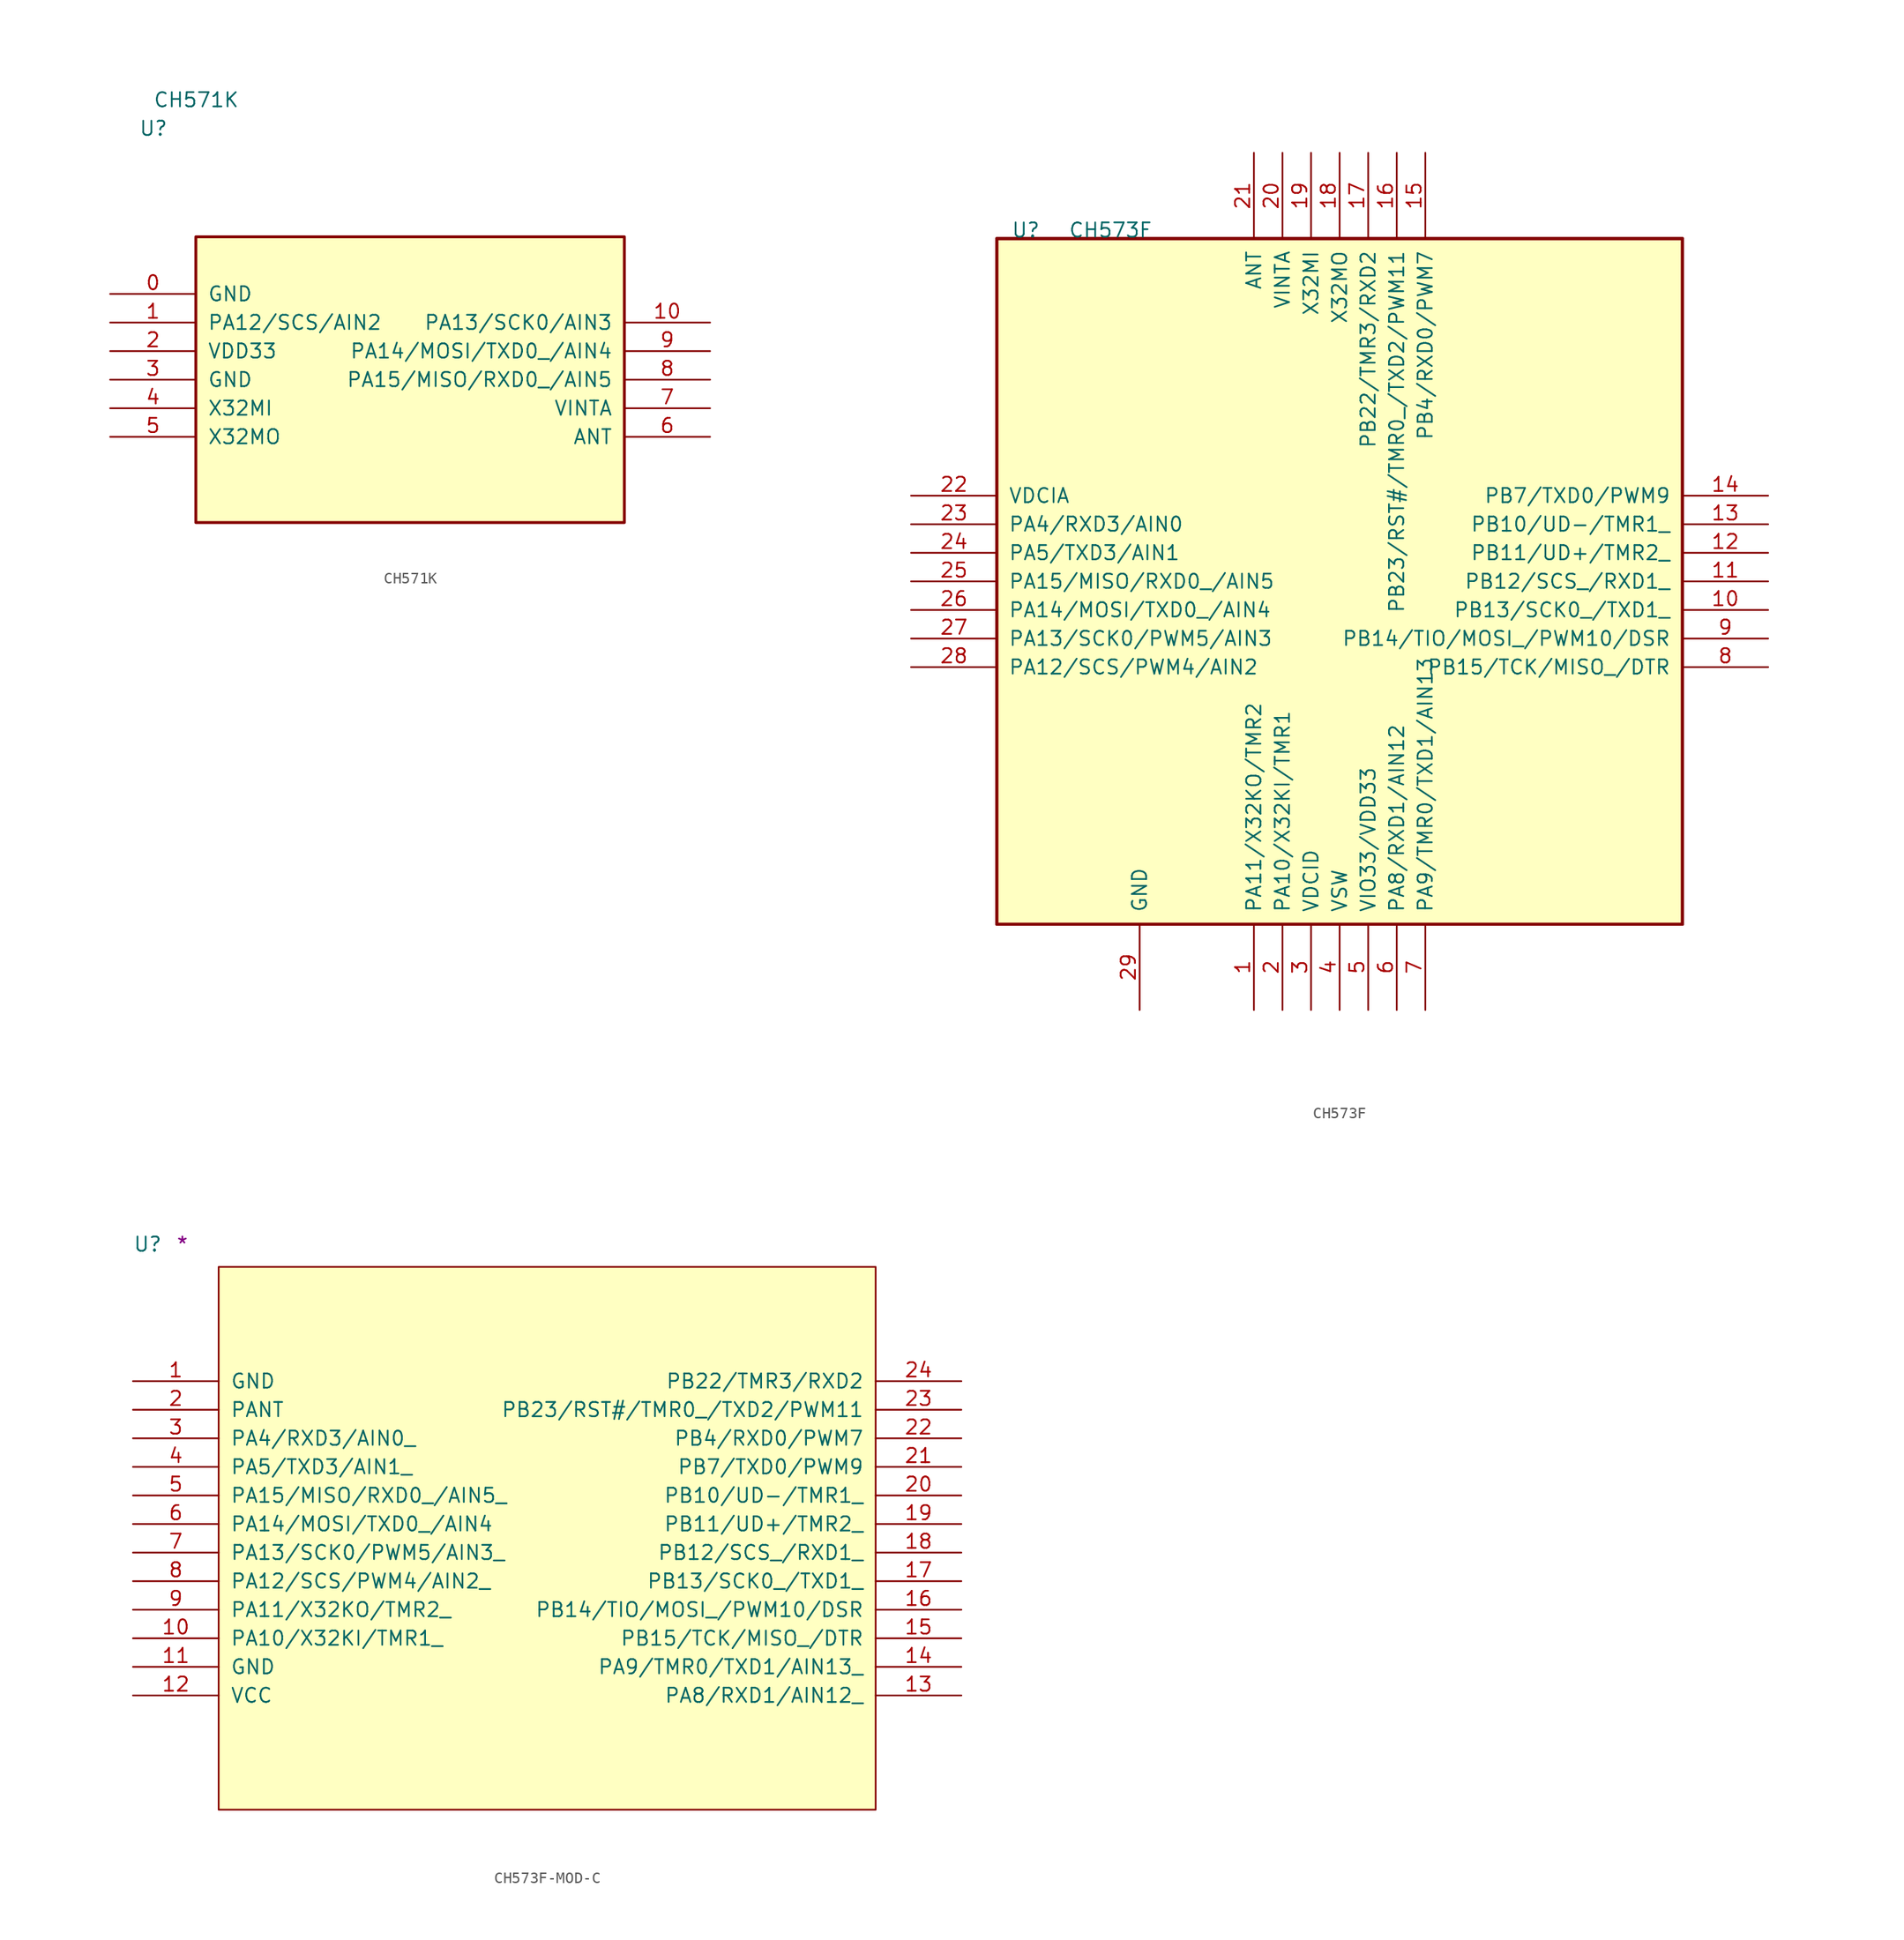
<source format=kicad_sym>
(kicad_symbol_lib
  (version 20211014)
  (generator kicad_symbol_editor)
  (symbol "CH571K"
    (pin_names
      (offset 1.016))
    (property "Reference" "U"
      (at -24.13 20.32 0)
      (effects (font (size 1.27 1.27)) (justify left bottom)))
    (property "Value" "CH571K"
      (at -22.86 22.86 0)
      (effects (font (size 1.27 1.27)) (justify left bottom)))
    (symbol "CH571K_1_1"
      (rectangle (start -19.05 -13.97) (end 19.05 11.43) (stroke (width 0.254) (type default) (color 0 0 0 0)) (fill (type background)))
      (pin power_in line (at -26.67 6.35 0) (length 7.62) (name "GND" (effects (font (size 1.27 1.27)))) (number "0" (effects (font (size 1.27 1.27)))))
      (pin bidirectional line (at -26.67 3.81 0) (length 7.62) (name "PA12/SCS/AIN2" (effects (font (size 1.27 1.27)))) (number "1" (effects (font (size 1.27 1.27)))))
      (pin bidirectional line (at 26.67 3.81 180) (length 7.62) (name "PA13/SCK0/AIN3" (effects (font (size 1.27 1.27)))) (number "10" (effects (font (size 1.27 1.27)))))
      (pin power_in line (at -26.67 1.27 0) (length 7.62) (name "VDD33" (effects (font (size 1.27 1.27)))) (number "2" (effects (font (size 1.27 1.27)))))
      (pin power_in line (at -26.67 -1.27 0) (length 7.62) (name "GND" (effects (font (size 1.27 1.27)))) (number "3" (effects (font (size 1.27 1.27)))))
      (pin input line (at -26.67 -3.81 0) (length 7.62) (name "X32MI" (effects (font (size 1.27 1.27)))) (number "4" (effects (font (size 1.27 1.27)))))
      (pin output line (at -26.67 -6.35 0) (length 7.62) (name "X32MO" (effects (font (size 1.27 1.27)))) (number "5" (effects (font (size 1.27 1.27)))))
      (pin bidirectional line (at 26.67 -6.35 180) (length 7.62) (name "ANT" (effects (font (size 1.27 1.27)))) (number "6" (effects (font (size 1.27 1.27)))))
      (pin power_in line (at 26.67 -3.81 180) (length 7.62) (name "VINTA" (effects (font (size 1.27 1.27)))) (number "7" (effects (font (size 1.27 1.27)))))
      (pin bidirectional line (at 26.67 -1.27 180) (length 7.62) (name "PA15/MISO/RXD0_/AIN5" (effects (font (size 1.27 1.27)))) (number "8" (effects (font (size 1.27 1.27)))))
      (pin bidirectional line (at 26.67 1.27 180) (length 7.62) (name "PA14/MOSI/TXD0_/AIN4" (effects (font (size 1.27 1.27)))) (number "9" (effects (font (size 1.27 1.27)))))))
  (symbol "CH573F"
    (pin_names
      (offset 1.016))
    (property "Reference" "U"
      (at 1.27 0 0)
      (effects (font (size 1.27 1.27)) (justify left bottom)))
    (property "Value" "CH573F"
      (at 6.35 0 0)
      (effects (font (size 1.27 1.27)) (justify left bottom)))
    (property "Comment" ""
      (at -3.81 8.89 0)
      (effects (font (size 1.27 1.27)) (justify left bottom)))
    (symbol "CH573F_1_1"
      (rectangle (start 0 -60.96) (end 60.96 0) (stroke (width 0.254) (type default) (color 0 0 0 0)) (fill (type background)))
      (rectangle (start 0 -60.96) (end 60.96 0) (stroke (width 0.254) (type default) (color 0 0 0 0)) (fill (type background)))
      (rectangle (start 0 -60.96) (end 60.96 0) (stroke (width 0.254) (type default) (color 0 0 0 0)) (fill (type background)))
      (pin bidirectional line (at 22.86 -68.58 90) (length 7.62) (name "PA11/X32KO/TMR2" (effects (font (size 1.27 1.27)))) (number "1" (effects (font (size 1.27 1.27)))))
      (pin bidirectional line (at 68.58 -33.02 180) (length 7.62) (name "PB13/SCK0_/TXD1_" (effects (font (size 1.27 1.27)))) (number "10" (effects (font (size 1.27 1.27)))))
      (pin bidirectional line (at 68.58 -30.48 180) (length 7.62) (name "PB12/SCS_/RXD1_" (effects (font (size 1.27 1.27)))) (number "11" (effects (font (size 1.27 1.27)))))
      (pin bidirectional line (at 68.58 -27.94 180) (length 7.62) (name "PB11/UD+/TMR2_" (effects (font (size 1.27 1.27)))) (number "12" (effects (font (size 1.27 1.27)))))
      (pin bidirectional line (at 68.58 -25.4 180) (length 7.62) (name "PB10/UD-/TMR1_" (effects (font (size 1.27 1.27)))) (number "13" (effects (font (size 1.27 1.27)))))
      (pin bidirectional line (at 68.58 -22.86 180) (length 7.62) (name "PB7/TXD0/PWM9" (effects (font (size 1.27 1.27)))) (number "14" (effects (font (size 1.27 1.27)))))
      (pin bidirectional line (at 38.1 7.62 270) (length 7.62) (name "PB4/RXD0/PWM7" (effects (font (size 1.27 1.27)))) (number "15" (effects (font (size 1.27 1.27)))))
      (pin bidirectional line (at 35.56 7.62 270) (length 7.62) (name "PB23/RST#/TMR0_/TXD2/PWM11" (effects (font (size 1.27 1.27)))) (number "16" (effects (font (size 1.27 1.27)))))
      (pin bidirectional line (at 33.02 7.62 270) (length 7.62) (name "PB22/TMR3/RXD2" (effects (font (size 1.27 1.27)))) (number "17" (effects (font (size 1.27 1.27)))))
      (pin bidirectional line (at 30.48 7.62 270) (length 7.62) (name "X32MO" (effects (font (size 1.27 1.27)))) (number "18" (effects (font (size 1.27 1.27)))))
      (pin bidirectional line (at 27.94 7.62 270) (length 7.62) (name "X32MI" (effects (font (size 1.27 1.27)))) (number "19" (effects (font (size 1.27 1.27)))))
      (pin bidirectional line (at 25.4 -68.58 90) (length 7.62) (name "PA10/X32KI/TMR1" (effects (font (size 1.27 1.27)))) (number "2" (effects (font (size 1.27 1.27)))))
      (pin power_in line (at 25.4 7.62 270) (length 7.62) (name "VINTA" (effects (font (size 1.27 1.27)))) (number "20" (effects (font (size 1.27 1.27)))))
      (pin bidirectional line (at 22.86 7.62 270) (length 7.62) (name "ANT" (effects (font (size 1.27 1.27)))) (number "21" (effects (font (size 1.27 1.27)))))
      (pin power_in line (at -7.62 -22.86 0) (length 7.62) (name "VDCIA" (effects (font (size 1.27 1.27)))) (number "22" (effects (font (size 1.27 1.27)))))
      (pin bidirectional line (at -7.62 -25.4 0) (length 7.62) (name "PA4/RXD3/AIN0" (effects (font (size 1.27 1.27)))) (number "23" (effects (font (size 1.27 1.27)))))
      (pin bidirectional line (at -7.62 -27.94 0) (length 7.62) (name "PA5/TXD3/AIN1" (effects (font (size 1.27 1.27)))) (number "24" (effects (font (size 1.27 1.27)))))
      (pin bidirectional line (at -7.62 -30.48 0) (length 7.62) (name "PA15/MISO/RXD0_/AIN5" (effects (font (size 1.27 1.27)))) (number "25" (effects (font (size 1.27 1.27)))))
      (pin bidirectional line (at -7.62 -33.02 0) (length 7.62) (name "PA14/MOSI/TXD0_/AIN4" (effects (font (size 1.27 1.27)))) (number "26" (effects (font (size 1.27 1.27)))))
      (pin bidirectional line (at -7.62 -35.56 0) (length 7.62) (name "PA13/SCK0/PWM5/AIN3" (effects (font (size 1.27 1.27)))) (number "27" (effects (font (size 1.27 1.27)))))
      (pin bidirectional line (at -7.62 -38.1 0) (length 7.62) (name "PA12/SCS/PWM4/AIN2" (effects (font (size 1.27 1.27)))) (number "28" (effects (font (size 1.27 1.27)))))
      (pin power_in line (at 12.7 -68.58 90) (length 7.62) (name "GND" (effects (font (size 1.27 1.27)))) (number "29" (effects (font (size 1.27 1.27)))))
      (pin power_in line (at 27.94 -68.58 90) (length 7.62) (name "VDCID" (effects (font (size 1.27 1.27)))) (number "3" (effects (font (size 1.27 1.27)))))
      (pin power_in line (at 30.48 -68.58 90) (length 7.62) (name "VSW" (effects (font (size 1.27 1.27)))) (number "4" (effects (font (size 1.27 1.27)))))
      (pin power_in line (at 33.02 -68.58 90) (length 7.62) (name "VIO33/VDD33" (effects (font (size 1.27 1.27)))) (number "5" (effects (font (size 1.27 1.27)))))
      (pin bidirectional line (at 35.56 -68.58 90) (length 7.62) (name "PA8/RXD1/AIN12" (effects (font (size 1.27 1.27)))) (number "6" (effects (font (size 1.27 1.27)))))
      (pin bidirectional line (at 38.1 -68.58 90) (length 7.62) (name "PA9/TMR0/TXD1/AIN13" (effects (font (size 1.27 1.27)))) (number "7" (effects (font (size 1.27 1.27)))))
      (pin bidirectional line (at 68.58 -38.1 180) (length 7.62) (name "PB15/TCK/MISO_/DTR" (effects (font (size 1.27 1.27)))) (number "8" (effects (font (size 1.27 1.27)))))
      (pin bidirectional line (at 68.58 -35.56 180) (length 7.62) (name "PB14/TIO/MOSI_/PWM10/DSR" (effects (font (size 1.27 1.27)))) (number "9" (effects (font (size 1.27 1.27)))))))
  (symbol "CH573F-MOD-C"
    (pin_names
      (offset 1.016))
    (property "Reference" "U"
      (at -7.62 1.27 0)
      (effects (font (size 1.27 1.27)) (justify left bottom)))
    (property "Comment" "*"
      (at -3.81 1.27 0)
      (effects (font (size 1.27 1.27)) (justify left bottom)))
    (symbol "CH573F-MOD-C_1_1"
      (rectangle (start 0 -48.26) (end 58.42 0) (stroke (width 0) (type default) (color 0 0 0 0)) (fill (type background)))
      (pin power_in line (at -7.62 -10.16 0) (length 7.62) (name "GND" (effects (font (size 1.27 1.27)))) (number "1" (effects (font (size 1.27 1.27)))))
      (pin bidirectional line (at -7.62 -33.02 0) (length 7.62) (name "PA10/X32KI/TMR1_" (effects (font (size 1.27 1.27)))) (number "10" (effects (font (size 1.27 1.27)))))
      (pin power_in line (at -7.62 -35.56 0) (length 7.62) (name "GND" (effects (font (size 1.27 1.27)))) (number "11" (effects (font (size 1.27 1.27)))))
      (pin power_in line (at -7.62 -38.1 0) (length 7.62) (name "VCC" (effects (font (size 1.27 1.27)))) (number "12" (effects (font (size 1.27 1.27)))))
      (pin bidirectional line (at 66.04 -38.1 180) (length 7.62) (name "PA8/RXD1/AIN12_" (effects (font (size 1.27 1.27)))) (number "13" (effects (font (size 1.27 1.27)))))
      (pin bidirectional line (at 66.04 -35.56 180) (length 7.62) (name "PA9/TMR0/TXD1/AIN13_" (effects (font (size 1.27 1.27)))) (number "14" (effects (font (size 1.27 1.27)))))
      (pin bidirectional line (at 66.04 -33.02 180) (length 7.62) (name "PB15/TCK/MISO_/DTR" (effects (font (size 1.27 1.27)))) (number "15" (effects (font (size 1.27 1.27)))))
      (pin bidirectional line (at 66.04 -30.48 180) (length 7.62) (name "PB14/TIO/MOSI_/PWM10/DSR" (effects (font (size 1.27 1.27)))) (number "16" (effects (font (size 1.27 1.27)))))
      (pin bidirectional line (at 66.04 -27.94 180) (length 7.62) (name "PB13/SCK0_/TXD1_" (effects (font (size 1.27 1.27)))) (number "17" (effects (font (size 1.27 1.27)))))
      (pin bidirectional line (at 66.04 -25.4 180) (length 7.62) (name "PB12/SCS_/RXD1_" (effects (font (size 1.27 1.27)))) (number "18" (effects (font (size 1.27 1.27)))))
      (pin bidirectional line (at 66.04 -22.86 180) (length 7.62) (name "PB11/UD+/TMR2_" (effects (font (size 1.27 1.27)))) (number "19" (effects (font (size 1.27 1.27)))))
      (pin passive line (at -7.62 -12.7 0) (length 7.62) (name "PANT" (effects (font (size 1.27 1.27)))) (number "2" (effects (font (size 1.27 1.27)))))
      (pin bidirectional line (at 66.04 -20.32 180) (length 7.62) (name "PB10/UD-/TMR1_" (effects (font (size 1.27 1.27)))) (number "20" (effects (font (size 1.27 1.27)))))
      (pin bidirectional line (at 66.04 -17.78 180) (length 7.62) (name "PB7/TXD0/PWM9" (effects (font (size 1.27 1.27)))) (number "21" (effects (font (size 1.27 1.27)))))
      (pin bidirectional line (at 66.04 -15.24 180) (length 7.62) (name "PB4/RXD0/PWM7" (effects (font (size 1.27 1.27)))) (number "22" (effects (font (size 1.27 1.27)))))
      (pin bidirectional line (at 66.04 -12.7 180) (length 7.62) (name "PB23/RST#/TMR0_/TXD2/PWM11" (effects (font (size 1.27 1.27)))) (number "23" (effects (font (size 1.27 1.27)))))
      (pin bidirectional line (at 66.04 -10.16 180) (length 7.62) (name "PB22/TMR3/RXD2" (effects (font (size 1.27 1.27)))) (number "24" (effects (font (size 1.27 1.27)))))
      (pin bidirectional line (at -7.62 -15.24 0) (length 7.62) (name "PA4/RXD3/AIN0_" (effects (font (size 1.27 1.27)))) (number "3" (effects (font (size 1.27 1.27)))))
      (pin bidirectional line (at -7.62 -17.78 0) (length 7.62) (name "PA5/TXD3/AIN1_" (effects (font (size 1.27 1.27)))) (number "4" (effects (font (size 1.27 1.27)))))
      (pin bidirectional line (at -7.62 -20.32 0) (length 7.62) (name "PA15/MISO/RXD0_/AIN5_" (effects (font (size 1.27 1.27)))) (number "5" (effects (font (size 1.27 1.27)))))
      (pin bidirectional line (at -7.62 -22.86 0) (length 7.62) (name "PA14/MOSI/TXD0_/AIN4" (effects (font (size 1.27 1.27)))) (number "6" (effects (font (size 1.27 1.27)))))
      (pin bidirectional line (at -7.62 -25.4 0) (length 7.62) (name "PA13/SCK0/PWM5/AIN3_" (effects (font (size 1.27 1.27)))) (number "7" (effects (font (size 1.27 1.27)))))
      (pin bidirectional line (at -7.62 -27.94 0) (length 7.62) (name "PA12/SCS/PWM4/AIN2_" (effects (font (size 1.27 1.27)))) (number "8" (effects (font (size 1.27 1.27)))))
      (pin bidirectional line (at -7.62 -30.48 0) (length 7.62) (name "PA11/X32KO/TMR2_" (effects (font (size 1.27 1.27)))) (number "9" (effects (font (size 1.27 1.27))))))))
</source>
